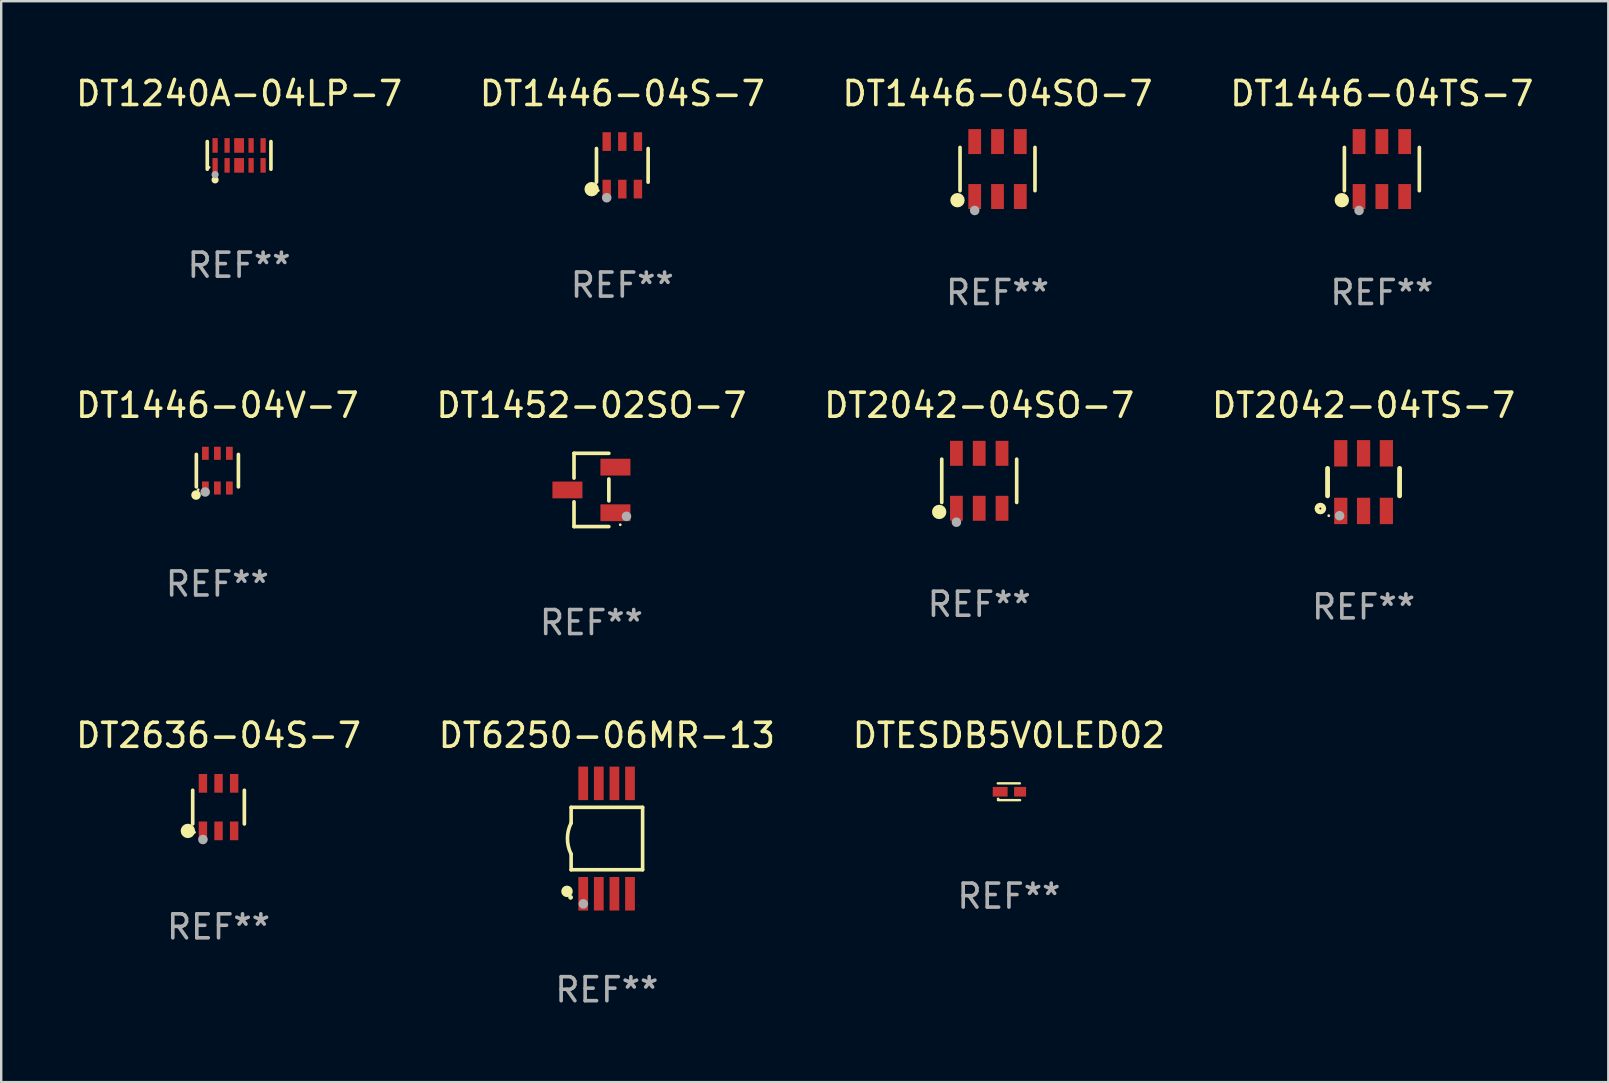
<source format=kicad_pcb>
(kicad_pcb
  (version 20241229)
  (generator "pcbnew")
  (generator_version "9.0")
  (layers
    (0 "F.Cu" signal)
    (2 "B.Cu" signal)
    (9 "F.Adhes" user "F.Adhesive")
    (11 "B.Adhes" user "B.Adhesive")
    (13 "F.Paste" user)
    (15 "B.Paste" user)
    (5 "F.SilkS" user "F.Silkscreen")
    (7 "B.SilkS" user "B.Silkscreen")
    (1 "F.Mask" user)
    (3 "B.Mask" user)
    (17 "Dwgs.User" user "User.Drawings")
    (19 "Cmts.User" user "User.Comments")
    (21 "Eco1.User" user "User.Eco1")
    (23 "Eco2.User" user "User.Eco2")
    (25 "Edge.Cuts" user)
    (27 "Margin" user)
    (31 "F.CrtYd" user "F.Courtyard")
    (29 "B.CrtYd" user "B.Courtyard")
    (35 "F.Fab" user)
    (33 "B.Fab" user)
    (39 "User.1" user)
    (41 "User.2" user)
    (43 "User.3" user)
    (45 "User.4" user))
  (footprint "DT2042-04TS-7"
    (layer "F.Cu")
    (at 53.756 17.035)
    (property "Reference" "DT2042-04TS-7" (at 0 -3.2 0) (layer "F.SilkS") (effects (font (size 1 1) (thickness 0.15))))
    (attr through_hole)
    (fp_line (start -1.5 0.572) (end -1.5 -0.572) (stroke (width 0.2) (type solid)) (layer "F.SilkS"))
    (fp_line (start 1.5 -0.572) (end 1.5 0.572) (stroke (width 0.2) (type solid)) (layer "F.SilkS"))
    (fp_circle (center -1.8 1.1) (end -1.659 1.1) (stroke (width 0.2) (type solid)) (fill no) (layer "F.SilkS"))
    (fp_circle (center -1.45 1.4) (end -1.42 1.4) (stroke (width 0.06) (type solid)) (fill no) (layer "F.SilkS"))
    (fp_circle (center -1 1.4) (end -0.9 1.4) (stroke (width 0.2) (type solid)) (fill no) (layer "F.Fab"))
    (fp_text user "REF**" (at 0 5.2 0) (layer "F.Fab") (effects (font (size 1 1) (thickness 0.15))))
    (pad "1" smd rect (at -0.95 1.2 180) (size 0.55 1.1) (layers "F.Cu" "F.Mask" "F.Paste"))
    (pad "2" smd rect (at 0 1.2 180) (size 0.55 1.1) (layers "F.Cu" "F.Mask" "F.Paste"))
    (pad "3" smd rect (at 0.95 1.2 180) (size 0.55 1.1) (layers "F.Cu" "F.Mask" "F.Paste"))
    (pad "4" smd rect (at 0.95 -1.2 180) (size 0.55 1.1) (layers "F.Cu" "F.Mask" "F.Paste"))
    (pad "5" smd rect (at 0 -1.2 180) (size 0.55 1.1) (layers "F.Cu" "F.Mask" "F.Paste"))
    (pad "6" smd rect (at -0.95 -1.2 180) (size 0.55 1.1) (layers "F.Cu" "F.Mask" "F.Paste")))
  (footprint "DT1446-04TS-7"
    (layer "F.Cu")
    (at 54.518 3.993)
    (property "Reference" "DT1446-04TS-7" (at 0 -3.145 0) (layer "F.SilkS") (effects (font (size 1 1) (thickness 0.15))))
    (attr through_hole)
    (fp_line (start -1.561 0.901) (end -1.561 -0.901) (stroke (width 0.152) (type solid)) (layer "F.SilkS"))
    (fp_line (start 1.561 0.901) (end 1.561 -0.901) (stroke (width 0.152) (type solid)) (layer "F.SilkS"))
    (fp_circle (center -1.668 1.297) (end -1.518 1.297) (stroke (width 0.3) (type solid)) (fill no) (layer "F.SilkS"))
    (fp_circle (center -1.485 1.425) (end -1.455 1.425) (stroke (width 0.06) (type solid)) (fill no) (layer "F.SilkS"))
    (fp_circle (center -0.95 1.725) (end -0.85 1.725) (stroke (width 0.2) (type solid)) (fill no) (layer "F.Fab"))
    (fp_text user "REF**" (at 0 5.145 0) (layer "F.Fab") (effects (font (size 1 1) (thickness 0.15))))
    (pad "1" smd rect (at -0.95 1.145) (size 0.532 1.04) (layers "F.Cu" "F.Mask" "F.Paste"))
    (pad "2" smd rect (at 0 1.145) (size 0.532 1.04) (layers "F.Cu" "F.Mask" "F.Paste"))
    (pad "3" smd rect (at 0.95 1.145) (size 0.532 1.04) (layers "F.Cu" "F.Mask" "F.Paste"))
    (pad "4" smd rect (at 0.95 -1.145) (size 0.532 1.04) (layers "F.Cu" "F.Mask" "F.Paste"))
    (pad "5" smd rect (at 0 -1.145) (size 0.532 1.04) (layers "F.Cu" "F.Mask" "F.Paste"))
    (pad "6" smd rect (at -0.95 -1.145) (size 0.532 1.04) (layers "F.Cu" "F.Mask" "F.Paste")))
  (footprint "DT2636-04S-7"
    (layer "F.Cu")
    (at 6.054 30.574)
    (property "Reference" "DT2636-04S-7" (at 0 -2.99 0) (layer "F.SilkS") (effects (font (size 1 1) (thickness 0.15))))
    (attr through_hole)
    (fp_line (start -1.076 0.701) (end -1.076 -0.701) (stroke (width 0.152) (type solid)) (layer "F.SilkS"))
    (fp_line (start 1.076 0.701) (end 1.076 -0.701) (stroke (width 0.152) (type solid)) (layer "F.SilkS"))
    (fp_circle (center -1.277 0.992) (end -1.127 0.992) (stroke (width 0.3) (type solid)) (fill no) (layer "F.SilkS"))
    (fp_circle (center -1 1.05) (end -0.97 1.05) (stroke (width 0.06) (type solid)) (fill no) (layer "F.SilkS"))
    (fp_circle (center -0.65 1.35) (end -0.55 1.35) (stroke (width 0.2) (type solid)) (fill no) (layer "F.Fab"))
    (fp_text user "REF**" (at 0 4.99 0) (layer "F.Fab") (effects (font (size 1 1) (thickness 0.15))))
    (pad "1" smd rect (at -0.65 0.99) (size 0.35 0.78) (layers "F.Cu" "F.Mask" "F.Paste"))
    (pad "2" smd rect (at 0 0.99) (size 0.35 0.78) (layers "F.Cu" "F.Mask" "F.Paste"))
    (pad "3" smd rect (at 0.65 0.99) (size 0.35 0.78) (layers "F.Cu" "F.Mask" "F.Paste"))
    (pad "4" smd rect (at 0.65 -0.99) (size 0.35 0.78) (layers "F.Cu" "F.Mask" "F.Paste"))
    (pad "5" smd rect (at 0 -0.99) (size 0.35 0.78) (layers "F.Cu" "F.Mask" "F.Paste"))
    (pad "6" smd rect (at -0.65 -0.99) (size 0.35 0.78) (layers "F.Cu" "F.Mask" "F.Paste")))
  (footprint "DT1446-04S-7"
    (layer "F.Cu")
    (at 22.875 3.838)
    (property "Reference" "DT1446-04S-7" (at 0 -2.99 0) (layer "F.SilkS") (effects (font (size 1 1) (thickness 0.15))))
    (attr through_hole)
    (fp_line (start -1.076 0.701) (end -1.076 -0.701) (stroke (width 0.152) (type solid)) (layer "F.SilkS"))
    (fp_line (start 1.076 0.701) (end 1.076 -0.701) (stroke (width 0.152) (type solid)) (layer "F.SilkS"))
    (fp_circle (center -1.277 0.992) (end -1.127 0.992) (stroke (width 0.3) (type solid)) (fill no) (layer "F.SilkS"))
    (fp_circle (center -1 1.05) (end -0.97 1.05) (stroke (width 0.06) (type solid)) (fill no) (layer "F.SilkS"))
    (fp_circle (center -0.65 1.35) (end -0.55 1.35) (stroke (width 0.2) (type solid)) (fill no) (layer "F.Fab"))
    (fp_text user "REF**" (at 0 4.99 0) (layer "F.Fab") (effects (font (size 1 1) (thickness 0.15))))
    (pad "1" smd rect (at -0.65 0.99) (size 0.35 0.78) (layers "F.Cu" "F.Mask" "F.Paste"))
    (pad "2" smd rect (at 0 0.99) (size 0.35 0.78) (layers "F.Cu" "F.Mask" "F.Paste"))
    (pad "3" smd rect (at 0.65 0.99) (size 0.35 0.78) (layers "F.Cu" "F.Mask" "F.Paste"))
    (pad "4" smd rect (at 0.65 -0.99) (size 0.35 0.78) (layers "F.Cu" "F.Mask" "F.Paste"))
    (pad "5" smd rect (at 0 -0.99) (size 0.35 0.78) (layers "F.Cu" "F.Mask" "F.Paste"))
    (pad "6" smd rect (at -0.65 -0.99) (size 0.35 0.78) (layers "F.Cu" "F.Mask" "F.Paste")))
  (footprint "DT2042-04SO-7"
    (layer "F.Cu")
    (at 37.744 16.98)
    (property "Reference" "DT2042-04SO-7" (at 0 -3.145 0) (layer "F.SilkS") (effects (font (size 1 1) (thickness 0.15))))
    (attr through_hole)
    (fp_line (start -1.561 0.901) (end -1.561 -0.901) (stroke (width 0.152) (type solid)) (layer "F.SilkS"))
    (fp_line (start 1.561 0.901) (end 1.561 -0.901) (stroke (width 0.152) (type solid)) (layer "F.SilkS"))
    (fp_circle (center -1.668 1.297) (end -1.518 1.297) (stroke (width 0.3) (type solid)) (fill no) (layer "F.SilkS"))
    (fp_circle (center -1.485 1.425) (end -1.455 1.425) (stroke (width 0.06) (type solid)) (fill no) (layer "F.SilkS"))
    (fp_circle (center -0.95 1.725) (end -0.85 1.725) (stroke (width 0.2) (type solid)) (fill no) (layer "F.Fab"))
    (fp_text user "REF**" (at 0 5.145 0) (layer "F.Fab") (effects (font (size 1 1) (thickness 0.15))))
    (pad "1" smd rect (at -0.95 1.145) (size 0.532 1.04) (layers "F.Cu" "F.Mask" "F.Paste"))
    (pad "2" smd rect (at 0 1.145) (size 0.532 1.04) (layers "F.Cu" "F.Mask" "F.Paste"))
    (pad "3" smd rect (at 0.95 1.145) (size 0.532 1.04) (layers "F.Cu" "F.Mask" "F.Paste"))
    (pad "4" smd rect (at 0.95 -1.145) (size 0.532 1.04) (layers "F.Cu" "F.Mask" "F.Paste"))
    (pad "5" smd rect (at 0 -1.145) (size 0.532 1.04) (layers "F.Cu" "F.Mask" "F.Paste"))
    (pad "6" smd rect (at -0.95 -1.145) (size 0.532 1.04) (layers "F.Cu" "F.Mask" "F.Paste")))
  (footprint "DT1452-02SO-7"
    (layer "F.Cu")
    (at 21.589 17.361)
    (property "Reference" "DT1452-02SO-7" (at 0 -3.526 0) (layer "F.SilkS") (effects (font (size 1 1) (thickness 0.15))))
    (attr through_hole)
    (fp_line (start -0.726 -1.526) (end -0.726 -0.495) (stroke (width 0.152) (type solid)) (layer "F.SilkS"))
    (fp_line (start -0.726 1.526) (end -0.726 0.495) (stroke (width 0.152) (type solid)) (layer "F.SilkS"))
    (fp_line (start 0.726 -1.526) (end -0.726 -1.526) (stroke (width 0.152) (type solid)) (layer "F.SilkS"))
    (fp_line (start 0.726 -0.455) (end 0.726 0.455) (stroke (width 0.152) (type solid)) (layer "F.SilkS"))
    (fp_line (start 0.726 1.526) (end -0.726 1.526) (stroke (width 0.152) (type solid)) (layer "F.SilkS"))
    (fp_circle (center 1.2 1.45) (end 1.23 1.45) (stroke (width 0.06) (type solid)) (fill no) (layer "F.SilkS"))
    (fp_circle (center 1.46 1.1) (end 1.56 1.1) (stroke (width 0.2) (type solid)) (fill no) (layer "F.Fab"))
    (fp_text user "REF**" (at 0 5.526 0) (layer "F.Fab") (effects (font (size 1 1) (thickness 0.15))))
    (pad "1" smd rect (at 1 0.95) (size 1.25 0.7) (layers "F.Cu" "F.Mask" "F.Paste"))
    (pad "2" smd rect (at 1 -0.95) (size 1.25 0.7) (layers "F.Cu" "F.Mask" "F.Paste"))
    (pad "3" smd rect (at -1 0) (size 1.25 0.7) (layers "F.Cu" "F.Mask" "F.Paste")))
  (footprint "DT1446-04V-7"
    (layer "F.Cu")
    (at 6.006 16.557)
    (property "Reference" "DT1446-04V-7" (at 0 -2.723 0) (layer "F.SilkS") (effects (font (size 1 1) (thickness 0.15))))
    (attr through_hole)
    (fp_line (start -0.876 0.676) (end -0.876 -0.676) (stroke (width 0.152) (type solid)) (layer "F.SilkS"))
    (fp_line (start 0.876 0.676) (end 0.876 -0.676) (stroke (width 0.152) (type solid)) (layer "F.SilkS"))
    (fp_circle (center -0.889 1.016) (end -0.789 1.016) (stroke (width 0.2) (type solid)) (fill no) (layer "F.SilkS"))
    (fp_circle (center -0.8 0.795) (end -0.77 0.795) (stroke (width 0.06) (type solid)) (fill no) (layer "F.SilkS"))
    (fp_circle (center -0.508 0.889) (end -0.408 0.889) (stroke (width 0.2) (type solid)) (fill no) (layer "F.Fab"))
    (fp_text user "REF**" (at 0 4.723 0) (layer "F.Fab") (effects (font (size 1 1) (thickness 0.15))))
    (pad "1" smd rect (at -0.5 0.723) (size 0.28 0.545) (layers "F.Cu" "F.Mask" "F.Paste"))
    (pad "2" smd rect (at 0 0.723) (size 0.28 0.545) (layers "F.Cu" "F.Mask" "F.Paste"))
    (pad "3" smd rect (at 0.5 0.723) (size 0.28 0.545) (layers "F.Cu" "F.Mask" "F.Paste"))
    (pad "4" smd rect (at 0.5 -0.723) (size 0.28 0.545) (layers "F.Cu" "F.Mask" "F.Paste"))
    (pad "5" smd rect (at 0 -0.723) (size 0.28 0.545) (layers "F.Cu" "F.Mask" "F.Paste"))
    (pad "6" smd rect (at -0.5 -0.723) (size 0.28 0.545) (layers "F.Cu" "F.Mask" "F.Paste")))
  (footprint "DT6250-06MR-13"
    (layer "F.Cu")
    (at 22.232 31.884)
    (property "Reference" "DT6250-06MR-13" (at 0 -4.3 0) (layer "F.SilkS") (effects (font (size 1 1) (thickness 0.15))))
    (attr through_hole)
    (fp_line (start -1.489 -1.3) (end -1.489 -0.648) (stroke (width 0.15) (type solid)) (layer "F.SilkS"))
    (fp_line (start -1.489 0.648) (end -1.489 1.3) (stroke (width 0.15) (type solid)) (layer "F.SilkS"))
    (fp_line (start -1.489 1.3) (end 1.489 1.3) (stroke (width 0.15) (type solid)) (layer "F.SilkS"))
    (fp_line (start 1.489 -1.3) (end -1.489 -1.3) (stroke (width 0.15) (type solid)) (layer "F.SilkS"))
    (fp_line (start 1.489 1.3) (end 1.489 -1.3) (stroke (width 0.15) (type solid)) (layer "F.SilkS"))
    (fp_arc (start -1.489205 0.647702) (mid -1.642107 0) (end -1.489205 -0.647701) (stroke (width 0.150013) (type solid)) (layer "F.SilkS"))
    (fp_circle (center -1.661 2.2) (end -1.541 2.2) (stroke (width 0.24) (type solid)) (fill no) (layer "F.SilkS"))
    (fp_circle (center -1.511 2.45) (end -1.461 2.45) (stroke (width 0.1) (type solid)) (fill no) (layer "F.SilkS"))
    (fp_circle (center -0.981 2.72) (end -0.881 2.72) (stroke (width 0.2) (type solid)) (fill no) (layer "F.Fab"))
    (fp_text user "REF**" (at 0 6.3 0) (layer "F.Fab") (effects (font (size 1 1) (thickness 0.15))))
    (pad "1" smd rect (at -0.986 2.3) (size 0.406 1.397) (layers "F.Cu" "F.Mask" "F.Paste"))
    (pad "2" smd rect (at -0.336 2.3) (size 0.406 1.397) (layers "F.Cu" "F.Mask" "F.Paste"))
    (pad "3" smd rect (at 0.314 2.3) (size 0.406 1.397) (layers "F.Cu" "F.Mask" "F.Paste"))
    (pad "4" smd rect (at 0.964 2.3) (size 0.406 1.397) (layers "F.Cu" "F.Mask" "F.Paste"))
    (pad "5" smd rect (at 0.964 -2.3) (size 0.406 1.397) (layers "F.Cu" "F.Mask" "F.Paste"))
    (pad "6" smd rect (at 0.314 -2.3) (size 0.406 1.397) (layers "F.Cu" "F.Mask" "F.Paste"))
    (pad "7" smd rect (at -0.336 -2.3) (size 0.406 1.397) (layers "F.Cu" "F.Mask" "F.Paste"))
    (pad "8" smd rect (at -0.986 -2.3) (size 0.406 1.397) (layers "F.Cu" "F.Mask" "F.Paste")))
  (footprint "DTESDB5V0LED02"
    (layer "F.Cu")
    (at 38.982 29.934)
    (property "Reference" "DTESDB5V0LED02" (at 0 -2.35 0) (layer "F.SilkS") (effects (font (size 1 1) (thickness 0.15))))
    (attr through_hole)
    (fp_line (start -0.465 -0.35) (end 0.455 -0.35) (stroke (width 0.1) (type solid)) (layer "F.SilkS"))
    (fp_line (start -0.455 0.35) (end 0.465 0.35) (stroke (width 0.1) (type solid)) (layer "F.SilkS"))
    (fp_circle (center -0.45 0.3) (end -0.42 0.3) (stroke (width 0.06) (type solid)) (fill no) (layer "F.SilkS"))
    (fp_text user "REF**" (at 0 4.35 0) (layer "F.Fab") (effects (font (size 1 1) (thickness 0.15))))
    (pad "1" smd rect (at -0.365 0) (size 0.62 0.4) (layers "F.Cu" "F.Mask" "F.Paste"))
    (pad "2" smd rect (at 0.465 0) (size 0.5 0.4) (layers "F.Cu" "F.Mask" "F.Paste")))
  (footprint "DT1240A-04LP-7"
    (layer "F.Cu")
    (at 6.911 3.424)
    (property "Reference" "DT1240A-04LP-7" (at 0 -2.576 0) (layer "F.SilkS") (effects (font (size 1 1) (thickness 0.15))))
    (attr through_hole)
    (fp_line (start -1.326 0.576) (end -1.326 -0.576) (stroke (width 0.152) (type solid)) (layer "F.SilkS"))
    (fp_line (start 1.326 0.576) (end 1.326 -0.576) (stroke (width 0.152) (type solid)) (layer "F.SilkS"))
    (fp_circle (center -1.25 0.5) (end -1.22 0.5) (stroke (width 0.06) (type solid)) (fill no) (layer "F.SilkS"))
    (fp_circle (center -1 1.019) (end -0.925 1.019) (stroke (width 0.15) (type solid)) (fill no) (layer "F.SilkS"))
    (fp_circle (center -1 0.8) (end -0.925 0.8) (stroke (width 0.15) (type solid)) (fill no) (layer "F.Fab"))
    (fp_text user "REF**" (at 0 4.576 0) (layer "F.Fab") (effects (font (size 1 1) (thickness 0.15))))
    (pad "1" smd rect (at -1 0.415) (size 0.22 0.609) (layers "F.Cu" "F.Mask" "F.Paste"))
    (pad "2" smd rect (at -0.5 0.415) (size 0.22 0.609) (layers "F.Cu" "F.Mask" "F.Paste"))
    (pad "3" smd rect (at 0 0.415) (size 0.41 0.609) (layers "F.Cu" "F.Mask" "F.Paste"))
    (pad "4" smd rect (at 0.5 0.415) (size 0.22 0.609) (layers "F.Cu" "F.Mask" "F.Paste"))
    (pad "5" smd rect (at 1 0.415) (size 0.22 0.609) (layers "F.Cu" "F.Mask" "F.Paste"))
    (pad "6" smd rect (at 1 -0.415) (size 0.22 0.609) (layers "F.Cu" "F.Mask" "F.Paste"))
    (pad "7" smd rect (at 0.5 -0.415) (size 0.22 0.609) (layers "F.Cu" "F.Mask" "F.Paste"))
    (pad "8" smd rect (at 0 -0.415) (size 0.41 0.609) (layers "F.Cu" "F.Mask" "F.Paste"))
    (pad "9" smd rect (at -0.5 -0.415) (size 0.22 0.609) (layers "F.Cu" "F.Mask" "F.Paste"))
    (pad "10" smd rect (at -1 -0.415) (size 0.22 0.609) (layers "F.Cu" "F.Mask" "F.Paste")))
  (footprint "DT1446-04SO-7"
    (layer "F.Cu")
    (at 38.506 3.993)
    (property "Reference" "DT1446-04SO-7" (at 0 -3.145 0) (layer "F.SilkS") (effects (font (size 1 1) (thickness 0.15))))
    (attr through_hole)
    (fp_line (start -1.561 0.901) (end -1.561 -0.901) (stroke (width 0.152) (type solid)) (layer "F.SilkS"))
    (fp_line (start 1.561 0.901) (end 1.561 -0.901) (stroke (width 0.152) (type solid)) (layer "F.SilkS"))
    (fp_circle (center -1.668 1.297) (end -1.518 1.297) (stroke (width 0.3) (type solid)) (fill no) (layer "F.SilkS"))
    (fp_circle (center -1.485 1.425) (end -1.455 1.425) (stroke (width 0.06) (type solid)) (fill no) (layer "F.SilkS"))
    (fp_circle (center -0.95 1.725) (end -0.85 1.725) (stroke (width 0.2) (type solid)) (fill no) (layer "F.Fab"))
    (fp_text user "REF**" (at 0 5.145 0) (layer "F.Fab") (effects (font (size 1 1) (thickness 0.15))))
    (pad "1" smd rect (at -0.95 1.145) (size 0.532 1.04) (layers "F.Cu" "F.Mask" "F.Paste"))
    (pad "2" smd rect (at 0 1.145) (size 0.532 1.04) (layers "F.Cu" "F.Mask" "F.Paste"))
    (pad "3" smd rect (at 0.95 1.145) (size 0.532 1.04) (layers "F.Cu" "F.Mask" "F.Paste"))
    (pad "4" smd rect (at 0.95 -1.145) (size 0.532 1.04) (layers "F.Cu" "F.Mask" "F.Paste"))
    (pad "5" smd rect (at 0 -1.145) (size 0.532 1.04) (layers "F.Cu" "F.Mask" "F.Paste"))
    (pad "6" smd rect (at -0.95 -1.145) (size 0.532 1.04) (layers "F.Cu" "F.Mask" "F.Paste")))
  (gr_rect
    (start -3 -3)
    (end 63.952 42.032)
    (stroke (width 0.1) (type default))
    (fill no)
    (layer "Edge.Cuts")))
</source>
